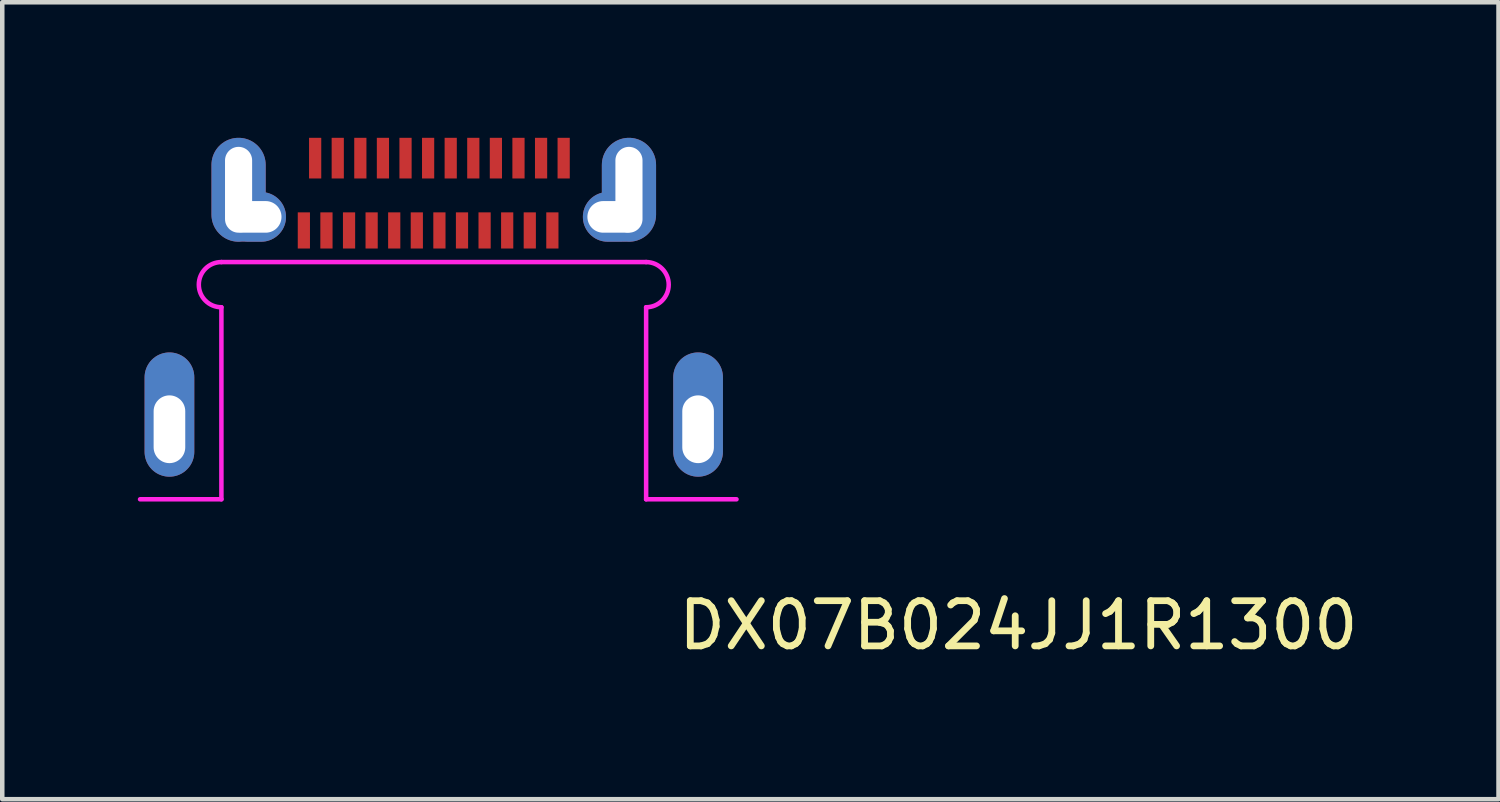
<source format=kicad_pcb>
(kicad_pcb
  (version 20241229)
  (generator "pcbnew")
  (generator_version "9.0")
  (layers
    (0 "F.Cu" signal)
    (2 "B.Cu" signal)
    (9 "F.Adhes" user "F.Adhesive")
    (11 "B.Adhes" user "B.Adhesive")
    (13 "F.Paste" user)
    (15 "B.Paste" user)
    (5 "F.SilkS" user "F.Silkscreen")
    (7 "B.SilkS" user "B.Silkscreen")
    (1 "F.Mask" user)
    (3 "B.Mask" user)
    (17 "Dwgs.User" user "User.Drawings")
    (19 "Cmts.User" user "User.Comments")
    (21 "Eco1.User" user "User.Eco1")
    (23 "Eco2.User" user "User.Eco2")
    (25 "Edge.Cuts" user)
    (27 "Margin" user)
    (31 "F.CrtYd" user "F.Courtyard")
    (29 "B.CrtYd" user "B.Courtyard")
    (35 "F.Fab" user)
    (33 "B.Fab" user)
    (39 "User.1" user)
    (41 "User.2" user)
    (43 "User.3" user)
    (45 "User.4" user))
  (footprint "DX07B024JJ1R1300"
    (layer "F.Cu")
    (at 6.55 1.15)
    (property "Reference" "DX07B024JJ1R1300" (at 12.94 9.64 0) (layer "F.SilkS") (effects (font (size 1 1) (thickness 0.15))))
    (attr through_hole)
    (fp_line (start -4.7 1.6) (end 4.7 1.6) (stroke (width 0.1) (type solid)) (layer "F.CrtYd"))
    (fp_line (start -4.7 2.6) (end -4.7 6.85) (stroke (width 0.1) (type solid)) (layer "F.CrtYd"))
    (fp_line (start -4.7 6.85) (end -6.5 6.85) (stroke (width 0.1) (type solid)) (layer "F.CrtYd"))
    (fp_line (start 4.7 2.6) (end 4.7 6.85) (stroke (width 0.1) (type solid)) (layer "F.CrtYd"))
    (fp_line (start 4.7 6.85) (end 6.7 6.85) (stroke (width 0.1) (type solid)) (layer "F.CrtYd"))
    (fp_arc (start -4.7 2.6) (mid -5.2 2.1) (end -4.7 1.6) (stroke (width 0.1) (type solid)) (layer "F.CrtYd"))
    (fp_arc (start 4.7 1.6) (mid 5.2 2.1) (end 4.7 2.6) (stroke (width 0.1) (type solid)) (layer "F.CrtYd"))
    (pad "0" thru_hole oval (at -5.85 5.3) (size 1.1 2.75) (drill oval 0.7 1.5 (offset 0 -0.325)) (layers "*.Cu" "*.Mask"))
    (pad "0" thru_hole oval (at -4.32 0) (size 1.2 2.3) (drill oval 0.6 1.9) (layers "*.Cu" "*.Mask"))
    (pad "0" thru_hole oval (at -3.97 0.6) (size 1.4 1.1) (drill oval 1.2 0.7) (layers "*.Cu" "*.Mask"))
    (pad "0" thru_hole oval (at 4 0.6) (size 1.4 1.1) (drill oval 1.2 0.7) (layers "*.Cu" "*.Mask"))
    (pad "0" thru_hole oval (at 4.32 0) (size 1.2 2.3) (drill oval 0.6 1.9) (layers "*.Cu" "*.Mask"))
    (pad "0" thru_hole oval (at 5.85 5.3) (size 1.1 2.75) (drill oval 0.7 1.5 (offset 0 -0.325)) (layers "*.Cu" "*.Mask"))
    (pad "A1" smd rect (at -2.625 -0.7) (size 0.27 0.9) (layers "F.Cu" "F.Mask" "F.Paste"))
    (pad "A2" smd rect (at -2.125 -0.7) (size 0.27 0.9) (layers "F.Cu" "F.Mask" "F.Paste"))
    (pad "A3" smd rect (at -1.625 -0.7) (size 0.27 0.9) (layers "F.Cu" "F.Mask" "F.Paste"))
    (pad "A4" smd rect (at -1.125 -0.7) (size 0.27 0.9) (layers "F.Cu" "F.Mask" "F.Paste"))
    (pad "A5" smd rect (at -0.625 -0.7) (size 0.27 0.9) (layers "F.Cu" "F.Mask" "F.Paste"))
    (pad "A6" smd rect (at -0.125 -0.7) (size 0.27 0.9) (layers "F.Cu" "F.Mask" "F.Paste"))
    (pad "A7" smd rect (at 0.375 -0.7) (size 0.27 0.9) (layers "F.Cu" "F.Mask" "F.Paste"))
    (pad "A8" smd rect (at 0.875 -0.7) (size 0.27 0.9) (layers "F.Cu" "F.Mask" "F.Paste"))
    (pad "A9" smd rect (at 1.375 -0.7) (size 0.27 0.9) (layers "F.Cu" "F.Mask" "F.Paste"))
    (pad "A10" smd rect (at 1.875 -0.7) (size 0.27 0.9) (layers "F.Cu" "F.Mask" "F.Paste"))
    (pad "A11" smd rect (at 2.375 -0.7) (size 0.27 0.9) (layers "F.Cu" "F.Mask" "F.Paste"))
    (pad "A12" smd rect (at 2.875 -0.7) (size 0.27 0.9) (layers "F.Cu" "F.Mask" "F.Paste"))
    (pad "B1" smd rect (at 2.625 0.9) (size 0.27 0.8) (layers "F.Cu" "F.Mask" "F.Paste"))
    (pad "B2" smd rect (at 2.125 0.9) (size 0.27 0.8) (layers "F.Cu" "F.Mask" "F.Paste"))
    (pad "B3" smd rect (at 1.625 0.9) (size 0.27 0.8) (layers "F.Cu" "F.Mask" "F.Paste"))
    (pad "B4" smd rect (at 1.125 0.9) (size 0.27 0.8) (layers "F.Cu" "F.Mask" "F.Paste"))
    (pad "B5" smd rect (at 0.625 0.9) (size 0.27 0.8) (layers "F.Cu" "F.Mask" "F.Paste"))
    (pad "B6" smd rect (at 0.125 0.9) (size 0.27 0.8) (layers "F.Cu" "F.Mask" "F.Paste"))
    (pad "B7" smd rect (at -0.375 0.9) (size 0.27 0.8) (layers "F.Cu" "F.Mask" "F.Paste"))
    (pad "B8" smd rect (at -0.875 0.9) (size 0.27 0.8) (layers "F.Cu" "F.Mask" "F.Paste"))
    (pad "B9" smd rect (at -1.375 0.9) (size 0.27 0.8) (layers "F.Cu" "F.Mask" "F.Paste"))
    (pad "B10" smd rect (at -1.875 0.9) (size 0.27 0.8) (layers "F.Cu" "F.Mask" "F.Paste"))
    (pad "B11" smd rect (at -2.375 0.9) (size 0.27 0.8) (layers "F.Cu" "F.Mask" "F.Paste"))
    (pad "B12" smd rect (at -2.875 0.9) (size 0.27 0.8) (layers "F.Cu" "F.Mask" "F.Paste")))
  (gr_rect
    (start -3 -3)
    (end 30.115 14.638)
    (stroke (width 0.1) (type default))
    (fill no)
    (layer "Edge.Cuts")))
</source>
